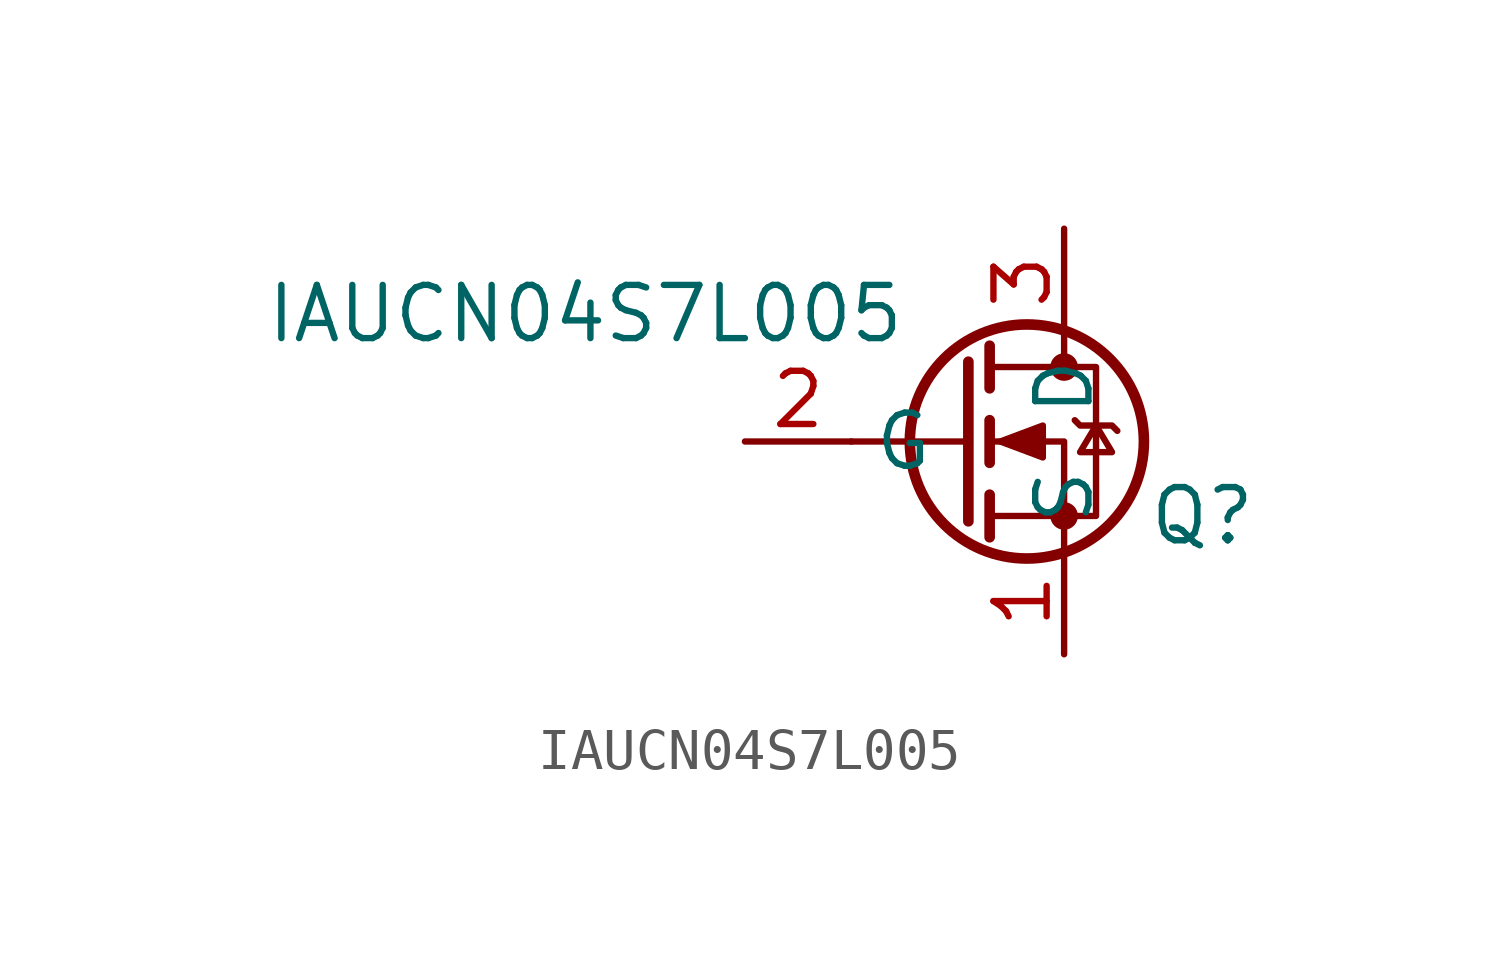
<source format=kicad_sym>
(kicad_symbol_lib
  (version 20231120)
  (generator "kicad_symbol_editor")
  (generator_version "8.0")
  (symbol "IAUCN04S7L005"
    (property "Reference" "Q"
      (at 3.302 -1.778 0)
      (effects (font (size 1.27 1.27))))
    (property "Value" "IAUCN04S7L005"
      (at -11.43 3.048 0)
      (effects (font (size 1.27 1.27))))
    (symbol "IAUCN04S7L005_0_1"
      (circle (center -0.889 0) (radius 2.794) (stroke (width 0.254) (type default)) (fill (type none)))
      (circle (center 0 -1.778) (radius 0.254) (stroke (width 0) (type default)) (fill (type outline)))
      (polyline (pts (xy -2.286 0) (xy -5.08 0)) (stroke (width 0) (type default)) (fill (type none)))
      (polyline (pts (xy -2.286 1.905) (xy -2.286 -1.905)) (stroke (width 0.254) (type default)) (fill (type none)))
      (polyline (pts (xy -1.778 -1.27) (xy -1.778 -2.286)) (stroke (width 0.254) (type default)) (fill (type none)))
      (polyline (pts (xy -1.778 0.508) (xy -1.778 -0.508)) (stroke (width 0.254) (type default)) (fill (type none)))
      (polyline (pts (xy -1.778 2.286) (xy -1.778 1.27)) (stroke (width 0.254) (type default)) (fill (type none)))
      (polyline (pts (xy 0 2.54) (xy 0 1.778)) (stroke (width 0) (type default)) (fill (type none)))
      (polyline (pts (xy 0 -2.54) (xy 0 0) (xy -1.778 0)) (stroke (width 0) (type default)) (fill (type none)))
      (polyline (pts (xy -1.778 -1.778) (xy 0.762 -1.778) (xy 0.762 1.778) (xy -1.778 1.778)) (stroke (width 0) (type default)) (fill (type none)))
      (polyline (pts (xy -1.524 0) (xy -0.508 0.381) (xy -0.508 -0.381) (xy -1.524 0)) (stroke (width 0) (type default)) (fill (type outline)))
      (polyline (pts (xy 0.254 0.508) (xy 0.381 0.381) (xy 1.143 0.381) (xy 1.27 0.254)) (stroke (width 0) (type default)) (fill (type none)))
      (polyline (pts (xy 0.762 0.381) (xy 0.381 -0.254) (xy 1.143 -0.254) (xy 0.762 0.381)) (stroke (width 0) (type default)) (fill (type none)))
      (circle (center 0 1.778) (radius 0.254) (stroke (width 0) (type default)) (fill (type outline))))
    (symbol "IAUCN04S7L005_1_1"
      (pin passive line (at 0 -5.08 90) (length 2.54) (name "S" (effects (font (size 1.27 1.27)))) (number "1" (effects (font (size 1.27 1.27)))))
      (pin input line (at -7.62 0 0) (length 2.54) (name "G" (effects (font (size 1.27 1.27)))) (number "2" (effects (font (size 1.27 1.27)))))
      (pin passive line (at 0 5.08 270) (length 2.54) (name "D" (effects (font (size 1.27 1.27)))) (number "3" (effects (font (size 1.27 1.27))))))))
</source>
